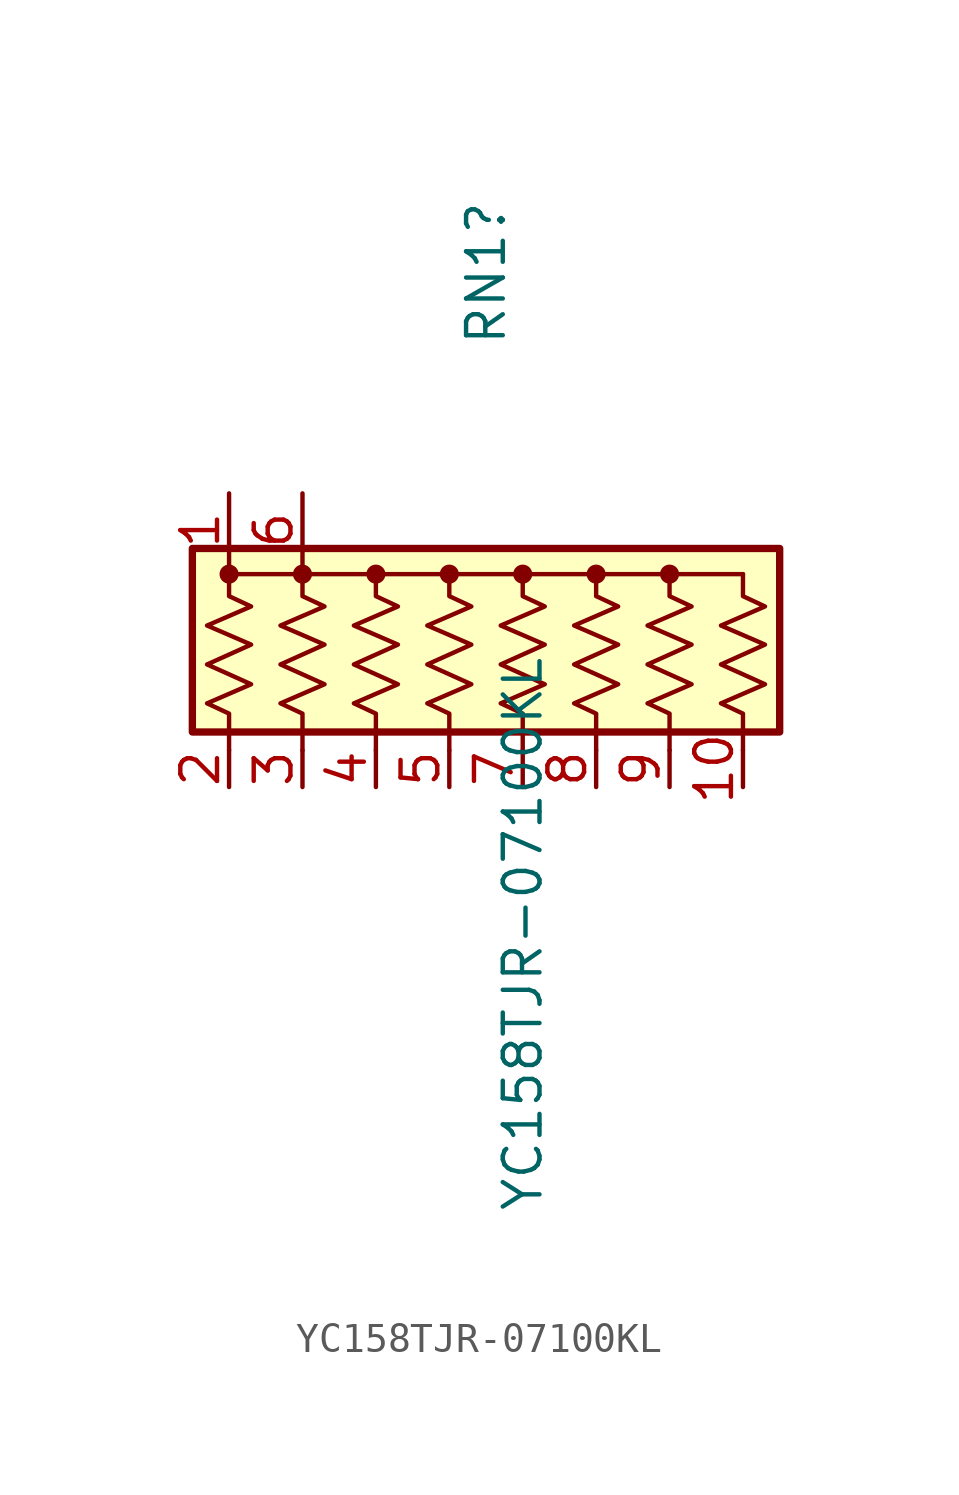
<source format=kicad_sym>
(kicad_symbol_lib
  (version 20220914)
  (generator kicad_symbol_editor)
  (symbol "YC158TJR-07100KL"
    (pin_names
      (offset 0) hide)
    (property "Reference" "RN1"
      (at -1.27 12.7 90)
      (effects (font (size 1.27 1.27))))
    (property "Value" "YC158TJR-07100KL"
      (at 0 -10.16 90)
      (effects (font (size 1.27 1.27))))
    (symbol "YC158TJR-07100KL_0_1"
      (rectangle (start -11.43 3.175) (end 8.89 -3.175) (stroke (width 0.254) (type default)) (fill (type background)))
      (circle (center -10.16 2.286) (radius 0.254) (stroke (width 0) (type default)) (fill (type outline)))
      (circle (center -7.62 2.286) (radius 0.254) (stroke (width 0) (type default)) (fill (type outline)))
      (circle (center -5.08 2.286) (radius 0.254) (stroke (width 0) (type default)) (fill (type outline)))
      (circle (center -2.54 2.286) (radius 0.254) (stroke (width 0) (type default)) (fill (type outline)))
      (polyline (pts (xy -10.16 2.286) (xy 7.62 2.286)) (stroke (width 0) (type default)) (fill (type none)))
      (polyline (pts (xy -10.16 2.286) (xy -10.16 1.524) (xy -9.398 1.168) (xy -10.922 0.508) (xy -9.398 -0.152) (xy -10.922 -0.838) (xy -9.398 -1.524) (xy -10.922 -2.184) (xy -10.16 -2.54) (xy -10.16 -3.81)) (stroke (width 0) (type default)) (fill (type none)))
      (polyline (pts (xy -7.62 2.286) (xy -7.62 1.524) (xy -6.858 1.168) (xy -8.382 0.508) (xy -6.858 -0.152) (xy -8.382 -0.838) (xy -6.858 -1.524) (xy -8.382 -2.184) (xy -7.62 -2.54) (xy -7.62 -3.81)) (stroke (width 0) (type default)) (fill (type none)))
      (polyline (pts (xy -5.08 2.286) (xy -5.08 1.524) (xy -4.318 1.168) (xy -5.842 0.508) (xy -4.318 -0.152) (xy -5.842 -0.838) (xy -4.318 -1.524) (xy -5.842 -2.184) (xy -5.08 -2.54) (xy -5.08 -3.81)) (stroke (width 0) (type default)) (fill (type none)))
      (polyline (pts (xy -2.54 2.286) (xy -2.54 1.524) (xy -1.778 1.168) (xy -3.302 0.508) (xy -1.778 -0.152) (xy -3.302 -0.838) (xy -1.778 -1.524) (xy -3.302 -2.184) (xy -2.54 -2.54) (xy -2.54 -3.81)) (stroke (width 0) (type default)) (fill (type none)))
      (polyline (pts (xy 0 2.286) (xy 0 1.524) (xy 0.762 1.168) (xy -0.762 0.508) (xy 0.762 -0.152) (xy -0.762 -0.838) (xy 0.762 -1.524) (xy -0.762 -2.184) (xy 0 -2.54) (xy 0 -3.81)) (stroke (width 0) (type default)) (fill (type none)))
      (polyline (pts (xy 2.54 2.286) (xy 2.54 1.524) (xy 3.302 1.168) (xy 1.778 0.508) (xy 3.302 -0.152) (xy 1.778 -0.838) (xy 3.302 -1.524) (xy 1.778 -2.184) (xy 2.54 -2.54) (xy 2.54 -3.81)) (stroke (width 0) (type default)) (fill (type none)))
      (polyline (pts (xy 5.08 2.286) (xy 5.08 1.524) (xy 5.842 1.168) (xy 4.318 0.508) (xy 5.842 -0.152) (xy 4.318 -0.838) (xy 5.842 -1.524) (xy 4.318 -2.184) (xy 5.08 -2.54) (xy 5.08 -3.81)) (stroke (width 0) (type default)) (fill (type none)))
      (polyline (pts (xy 7.62 2.286) (xy 7.62 1.524) (xy 8.382 1.168) (xy 6.858 0.508) (xy 8.382 -0.152) (xy 6.858 -0.838) (xy 8.382 -1.524) (xy 6.858 -2.184) (xy 7.62 -2.54) (xy 7.62 -3.81)) (stroke (width 0) (type default)) (fill (type none)))
      (circle (center 0 2.286) (radius 0.254) (stroke (width 0) (type default)) (fill (type outline)))
      (circle (center 2.54 2.286) (radius 0.254) (stroke (width 0) (type default)) (fill (type outline)))
      (circle (center 5.08 2.286) (radius 0.254) (stroke (width 0) (type default)) (fill (type outline))))
    (symbol "YC158TJR-07100KL_1_1"
      (pin passive line (at -10.16 5.08 270) (length 2.54) (name "common" (effects (font (size 1.27 1.27)))) (number "1" (effects (font (size 1.27 1.27)))))
      (pin passive line (at 7.62 -5.08 90) (length 1.27) (name "R8" (effects (font (size 1.27 1.27)))) (number "10" (effects (font (size 1.27 1.27)))))
      (pin passive line (at -10.16 -5.08 90) (length 1.27) (name "R1" (effects (font (size 1.27 1.27)))) (number "2" (effects (font (size 1.27 1.27)))))
      (pin passive line (at -7.62 -5.08 90) (length 1.27) (name "R2" (effects (font (size 1.27 1.27)))) (number "3" (effects (font (size 1.27 1.27)))))
      (pin passive line (at -5.08 -5.08 90) (length 1.27) (name "R3" (effects (font (size 1.27 1.27)))) (number "4" (effects (font (size 1.27 1.27)))))
      (pin passive line (at -2.54 -5.08 90) (length 1.27) (name "R4" (effects (font (size 1.27 1.27)))) (number "5" (effects (font (size 1.27 1.27)))))
      (pin passive line (at -7.62 5.08 270) (length 2.54) (name "common" (effects (font (size 1.27 1.27)))) (number "6" (effects (font (size 1.27 1.27)))))
      (pin passive line (at 0 -5.08 90) (length 1.27) (name "R5" (effects (font (size 1.27 1.27)))) (number "7" (effects (font (size 1.27 1.27)))))
      (pin passive line (at 2.54 -5.08 90) (length 1.27) (name "R6" (effects (font (size 1.27 1.27)))) (number "8" (effects (font (size 1.27 1.27)))))
      (pin passive line (at 5.08 -5.08 90) (length 1.27) (name "R7" (effects (font (size 1.27 1.27)))) (number "9" (effects (font (size 1.27 1.27))))))))
</source>
